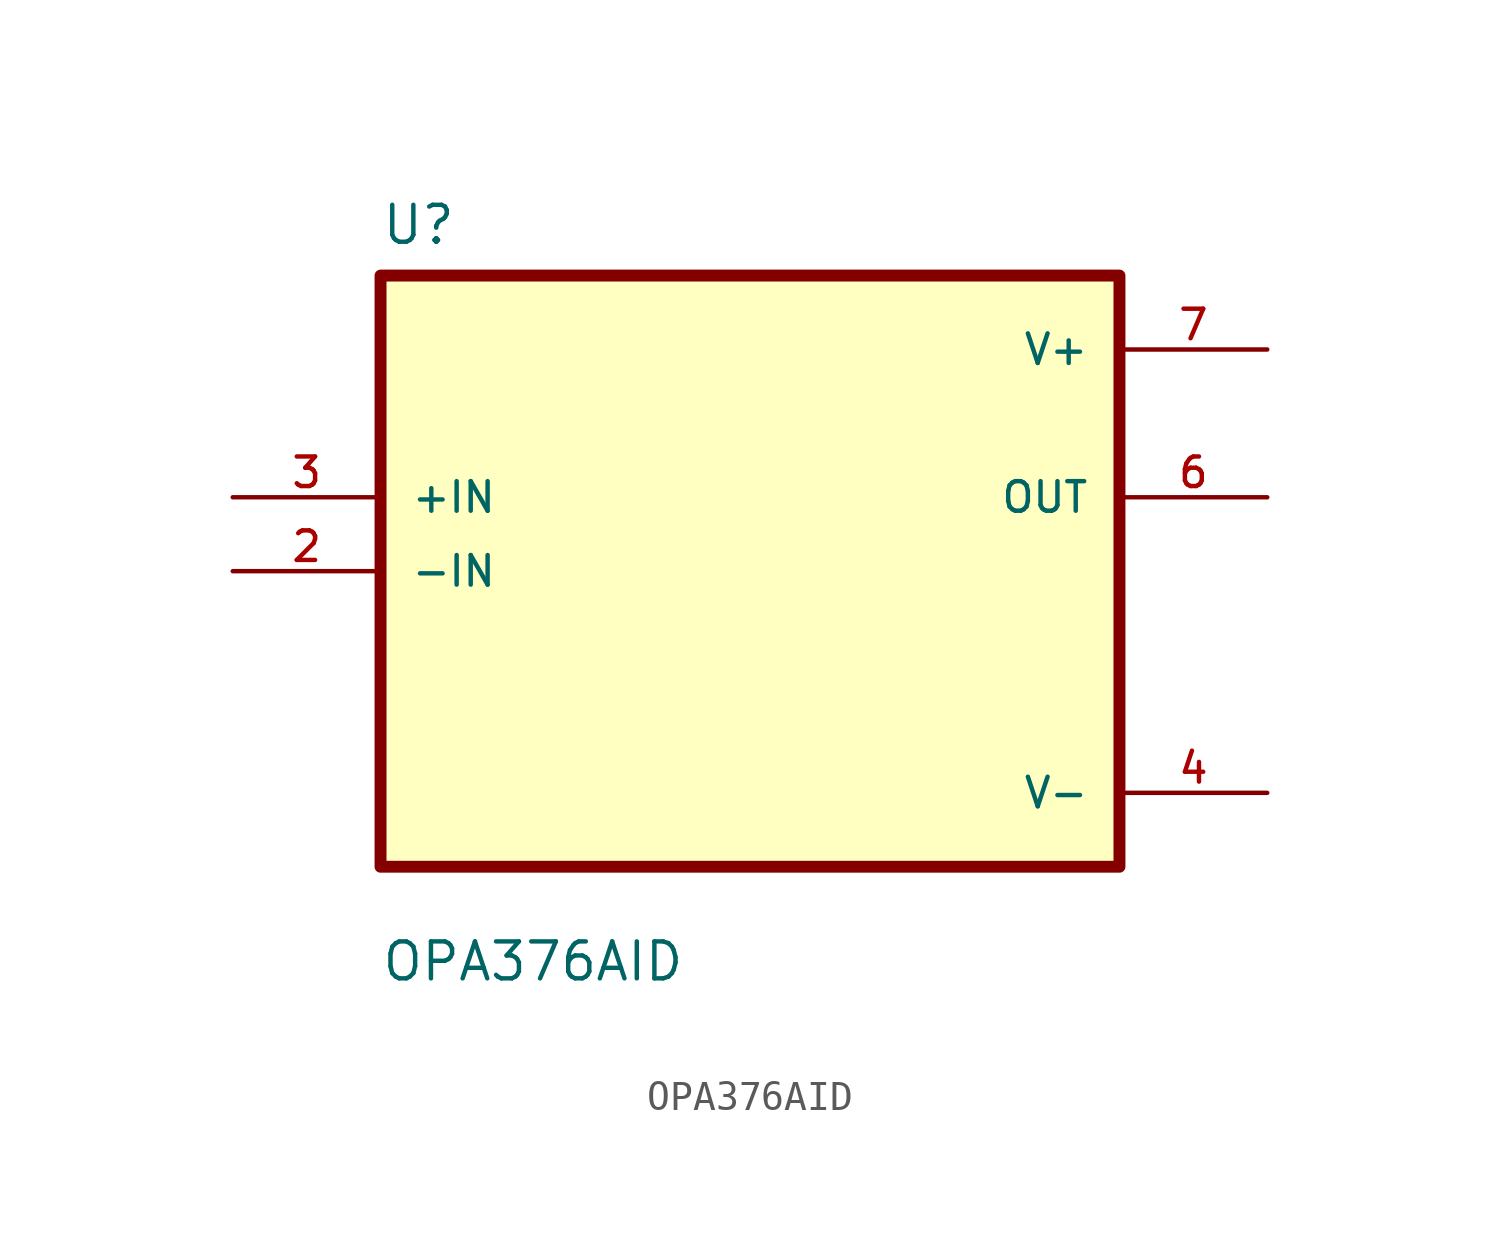
<source format=kicad_sym>
(kicad_symbol_lib
  (version 20211014)
  (generator kicad_symbol_editor)
  (symbol "OPA376AID"
    (pin_names
      (offset 1.016))
    (property "Reference" "U"
      (at -12.7 11.16 0.0)
      (effects (font (size 1.27 1.27)) (justify bottom left)))
    (property "Value" "OPA376AID"
      (at -12.7 -14.16 0.0)
      (effects (font (size 1.27 1.27)) (justify bottom left)))
    (symbol "OPA376AID_0_0"
      (rectangle (start -12.7 -10.16) (end 12.7 10.16) (stroke (width 0.41)) (fill (type background)))
      (pin input line (at -17.78 2.54 0) (length 5.08) (name "+IN" (effects (font (size 1.016 1.016)))) (number "3" (effects (font (size 1.016 1.016)))))
      (pin input line (at -17.78 0.0 0) (length 5.08) (name "-IN" (effects (font (size 1.016 1.016)))) (number "2" (effects (font (size 1.016 1.016)))))
      (pin power_in line (at 17.78 7.62 180.0) (length 5.08) (name "V+" (effects (font (size 1.016 1.016)))) (number "7" (effects (font (size 1.016 1.016)))))
      (pin output line (at 17.78 2.54 180.0) (length 5.08) (name "OUT" (effects (font (size 1.016 1.016)))) (number "6" (effects (font (size 1.016 1.016)))))
      (pin power_in line (at 17.78 -7.62 180.0) (length 5.08) (name "V-" (effects (font (size 1.016 1.016)))) (number "4" (effects (font (size 1.016 1.016))))))))
</source>
